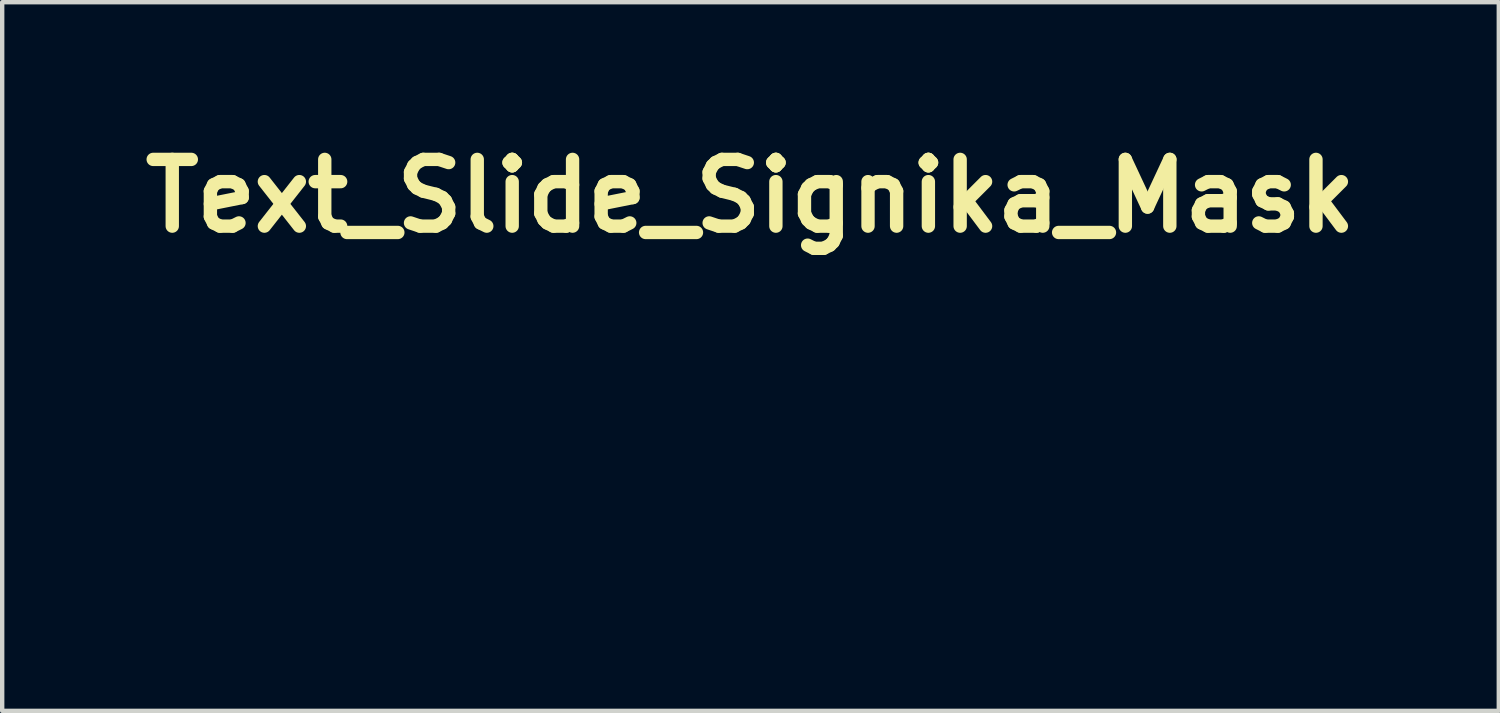
<source format=kicad_pcb>
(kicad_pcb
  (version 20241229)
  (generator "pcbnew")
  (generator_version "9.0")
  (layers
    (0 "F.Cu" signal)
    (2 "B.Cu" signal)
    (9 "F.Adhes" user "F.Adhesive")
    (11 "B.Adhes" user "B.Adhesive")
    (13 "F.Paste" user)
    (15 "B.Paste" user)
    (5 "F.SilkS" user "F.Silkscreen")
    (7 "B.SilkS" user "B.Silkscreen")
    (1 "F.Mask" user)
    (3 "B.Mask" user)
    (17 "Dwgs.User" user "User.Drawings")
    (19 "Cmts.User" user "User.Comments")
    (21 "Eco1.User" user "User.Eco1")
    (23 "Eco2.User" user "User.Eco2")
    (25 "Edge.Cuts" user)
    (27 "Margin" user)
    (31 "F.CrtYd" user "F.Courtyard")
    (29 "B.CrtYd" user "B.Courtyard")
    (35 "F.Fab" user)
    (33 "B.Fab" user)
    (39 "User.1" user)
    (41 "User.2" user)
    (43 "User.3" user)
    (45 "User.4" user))
  (footprint "Text_Slide_Signika_Mask"
    (layer "F.Cu")
    (at 14.093 9.54)
    (property "Reference" "Text_Slide_Signika_Mask" (at 0 -8.114 0) (layer "F.SilkS") (effects (font (size 1.524 1.524) (thickness 0.305))))
    (attr smd)
    (fp_poly (pts (xy -0.572 -1.186) (xy -0.557 -1.195) (xy -0.539 -1.201) (xy -0.519 -1.207) (xy -0.497 -1.211) (xy -0.473 -1.213) (xy -0.447 -1.214) (xy -0.418 -1.213) (xy -0.392 -1.21) (xy -0.37 -1.205) (xy -0.352 -1.198) (xy -0.338 -1.189) (xy -0.328 -1.177) (xy -0.319 -1.161) (xy -0.313 -1.14) (xy -0.31 -1.115) (xy -0.308 -1.086) (xy -0.309 -1.061) (xy -0.312 -1.039) (xy -0.317 -1.02) (xy -0.323 -1.003) (xy -0.331 -0.99) (xy -0.341 -0.98) (xy -0.356 -0.971) (xy -0.374 -0.964) (xy -0.395 -0.959) (xy -0.419 -0.956) (xy -0.447 -0.955) (xy -0.472 -0.956) (xy -0.495 -0.958) (xy -0.517 -0.962) (xy -0.536 -0.967) (xy -0.553 -0.974) (xy -0.565 -0.983) (xy -0.574 -0.996) (xy -0.582 -1.013) (xy -0.587 -1.033) (xy -0.59 -1.058) (xy -0.591 -1.086) (xy -0.591 -1.11) (xy -0.588 -1.132) (xy -0.585 -1.152) (xy -0.579 -1.17) (xy -0.572 -1.186) (xy -0.572 -1.186)) (stroke (width 0) (type solid)) (fill yes) (layer "F.Mask"))
    (fp_poly (pts (xy -0.306 -0.533) (xy -0.306 0.615) (xy -0.323 0.618) (xy -0.341 0.62) (xy -0.362 0.622) (xy -0.383 0.623) (xy -0.406 0.623) (xy -0.43 0.623) (xy -0.451 0.622) (xy -0.471 0.62) (xy -0.49 0.618) (xy -0.507 0.615) (xy -0.507 -0.435) (xy -0.508 -0.464) (xy -0.511 -0.488) (xy -0.516 -0.509) (xy -0.523 -0.526) (xy -0.532 -0.539) (xy -0.543 -0.549) (xy -0.557 -0.556) (xy -0.575 -0.562) (xy -0.595 -0.565) (xy -0.619 -0.566) (xy -0.643 -0.566) (xy -0.648 -0.582) (xy -0.651 -0.599) (xy -0.653 -0.618) (xy -0.654 -0.639) (xy -0.653 -0.66) (xy -0.651 -0.68) (xy -0.648 -0.699) (xy -0.643 -0.716) (xy -0.618 -0.718) (xy -0.596 -0.72) (xy -0.576 -0.722) (xy -0.559 -0.724) (xy -0.538 -0.727) (xy -0.521 -0.729) (xy -0.507 -0.729) (xy -0.485 -0.729) (xy -0.462 -0.728) (xy -0.44 -0.725) (xy -0.42 -0.719) (xy -0.401 -0.711) (xy -0.384 -0.701) (xy -0.369 -0.689) (xy -0.355 -0.675) (xy -0.342 -0.659) (xy -0.331 -0.642) (xy -0.322 -0.623) (xy -0.315 -0.603) (xy -0.31 -0.581) (xy -0.307 -0.558) (xy -0.306 -0.533)) (stroke (width 0) (type solid)) (fill yes) (layer "F.Mask"))
    (fp_poly (pts (xy -1.006 0.46) (xy -0.891 0.46) (xy -0.885 0.477) (xy -0.88 0.495) (xy -0.878 0.514) (xy -0.875 0.534) (xy -0.873 0.552) (xy -0.872 0.569) (xy -0.873 0.584) (xy -0.875 0.596) (xy -0.875 0.61) (xy -0.897 0.613) (xy -0.918 0.617) (xy -0.939 0.62) (xy -0.959 0.623) (xy -0.98 0.626) (xy -1 0.627) (xy -1.02 0.628) (xy -1.041 0.629) (xy -1.065 0.628) (xy -1.089 0.626) (xy -1.111 0.623) (xy -1.133 0.619) (xy -1.154 0.613) (xy -1.174 0.607) (xy -1.193 0.599) (xy -1.211 0.59) (xy -1.229 0.58) (xy -1.243 0.569) (xy -1.256 0.556) (xy -1.268 0.542) (xy -1.277 0.526) (xy -1.286 0.509) (xy -1.293 0.49) (xy -1.298 0.47) (xy -1.302 0.448) (xy -1.304 0.425) (xy -1.305 0.4) (xy -1.305 -1.369) (xy -1.289 -1.385) (xy -1.215 -1.385) (xy -1.191 -1.384) (xy -1.17 -1.38) (xy -1.152 -1.373) (xy -1.138 -1.364) (xy -1.128 -1.352) (xy -1.12 -1.339) (xy -1.114 -1.321) (xy -1.11 -1.301) (xy -1.107 -1.277) (xy -1.106 -1.249) (xy -1.106 0.343) (xy -1.105 0.365) (xy -1.102 0.385) (xy -1.097 0.403) (xy -1.09 0.418) (xy -1.081 0.431) (xy -1.07 0.441) (xy -1.057 0.449) (xy -1.042 0.455) (xy -1.025 0.459) (xy -1.006 0.46)) (stroke (width 0) (type solid)) (fill yes) (layer "F.Mask"))
    (fp_poly (pts (xy -2.618 0.512) (xy -2.616 0.491) (xy -2.612 0.471) (xy -2.606 0.451) (xy -2.597 0.433) (xy -2.586 0.415) (xy -2.573 0.397) (xy -2.557 0.381) (xy -2.539 0.365) (xy -2.515 0.378) (xy -2.491 0.391) (xy -2.468 0.403) (xy -2.445 0.414) (xy -2.423 0.425) (xy -2.402 0.434) (xy -2.381 0.442) (xy -2.361 0.45) (xy -2.341 0.457) (xy -2.321 0.463) (xy -2.297 0.469) (xy -2.274 0.475) (xy -2.251 0.479) (xy -2.228 0.483) (xy -2.206 0.486) (xy -2.185 0.488) (xy -2.165 0.489) (xy -2.145 0.49) (xy -2.118 0.489) (xy -2.093 0.487) (xy -2.07 0.484) (xy -2.048 0.479) (xy -2.028 0.473) (xy -2.008 0.466) (xy -1.989 0.457) (xy -1.971 0.448) (xy -1.955 0.438) (xy -1.94 0.427) (xy -1.924 0.412) (xy -1.909 0.396) (xy -1.897 0.379) (xy -1.886 0.362) (xy -1.878 0.344) (xy -1.871 0.327) (xy -1.867 0.309) (xy -1.864 0.291) (xy -1.865 0.268) (xy -1.868 0.247) (xy -1.874 0.226) (xy -1.881 0.207) (xy -1.891 0.188) (xy -1.902 0.171) (xy -1.916 0.155) (xy -1.929 0.141) (xy -1.944 0.128) (xy -1.96 0.115) (xy -1.977 0.103) (xy -1.996 0.091) (xy -2.017 0.08) (xy -2.039 0.07) (xy -2.063 0.06) (xy -2.215 0.000034) (xy -2.242 -0.011) (xy -2.267 -0.021) (xy -2.291 -0.033) (xy -2.314 -0.044) (xy -2.336 -0.056) (xy -2.357 -0.067) (xy -2.378 -0.08) (xy -2.397 -0.092) (xy -2.415 -0.105) (xy -2.432 -0.118) (xy -2.448 -0.131) (xy -2.463 -0.144) (xy -2.477 -0.158) (xy -2.492 -0.175) (xy -2.505 -0.193) (xy -2.518 -0.211) (xy -2.528 -0.23) (xy -2.538 -0.249) (xy -2.546 -0.269) (xy -2.552 -0.29) (xy -2.557 -0.311) (xy -2.561 -0.333) (xy -2.563 -0.355) (xy -2.564 -0.378) (xy -2.563 -0.402) (xy -2.561 -0.425) (xy -2.557 -0.447) (xy -2.552 -0.469) (xy -2.546 -0.49) (xy -2.538 -0.511) (xy -2.528 -0.531) (xy -2.518 -0.55) (xy -2.506 -0.569) (xy -2.493 -0.587) (xy -2.479 -0.604) (xy -2.464 -0.621) (xy -2.448 -0.636) (xy -2.43 -0.65) (xy -2.412 -0.664) (xy -2.393 -0.677) (xy -2.373 -0.688) (xy -2.352 -0.699) (xy -2.33 -0.709) (xy -2.307 -0.718) (xy -2.283 -0.726) (xy -2.262 -0.733) (xy -2.24 -0.738) (xy -2.218 -0.743) (xy -2.195 -0.747) (xy -2.171 -0.75) (xy -2.148 -0.752) (xy -2.123 -0.753) (xy -2.098 -0.754) (xy -2.076 -0.753) (xy -2.054 -0.753) (xy -2.031 -0.751) (xy -2.009 -0.749) (xy -1.986 -0.747) (xy -1.964 -0.744) (xy -1.942 -0.74) (xy -1.919 -0.736) (xy -1.897 -0.731) (xy -1.875 -0.726) (xy -1.852 -0.72) (xy -1.83 -0.714) (xy -1.807 -0.707) (xy -1.785 -0.699) (xy -1.763 -0.691) (xy -1.74 -0.683) (xy -1.718 -0.674) (xy -1.696 -0.664) (xy -1.697 -0.641) (xy -1.699 -0.618) (xy -1.704 -0.597) (xy -1.711 -0.577) (xy -1.72 -0.558) (xy -1.731 -0.539) (xy -1.743 -0.522) (xy -1.758 -0.506) (xy -1.781 -0.516) (xy -1.803 -0.525) (xy -1.825 -0.534) (xy -1.847 -0.542) (xy -1.868 -0.549) (xy -1.889 -0.556) (xy -1.909 -0.562) (xy -1.929 -0.567) (xy -1.949 -0.571) (xy -1.972 -0.576) (xy -1.996 -0.581) (xy -2.018 -0.584) (xy -2.041 -0.587) (xy -2.062 -0.589) (xy -2.083 -0.59) (xy -2.104 -0.59) (xy -2.131 -0.59) (xy -2.156 -0.588) (xy -2.181 -0.584) (xy -2.203 -0.579) (xy -2.224 -0.573) (xy -2.244 -0.565) (xy -2.262 -0.556) (xy -2.279 -0.545) (xy -2.294 -0.533) (xy -2.311 -0.517) (xy -2.325 -0.499) (xy -2.336 -0.481) (xy -2.345 -0.463) (xy -2.352 -0.443) (xy -2.355 -0.423) (xy -2.357 -0.403) (xy -2.356 -0.381) (xy -2.353 -0.36) (xy -2.348 -0.341) (xy -2.341 -0.323) (xy -2.332 -0.307) (xy -2.321 -0.291) (xy -2.308 -0.278) (xy -2.295 -0.267) (xy -2.28 -0.256) (xy -2.263 -0.245) (xy -2.245 -0.235) (xy -2.224 -0.224) (xy -2.202 -0.214) (xy -2.178 -0.203) (xy -2.153 -0.193) (xy -1.992 -0.131) (xy -1.967 -0.12) (xy -1.942 -0.109) (xy -1.919 -0.098) (xy -1.896 -0.087) (xy -1.875 -0.075) (xy -1.854 -0.062) (xy -1.835 -0.05) (xy -1.816 -0.036) (xy -1.799 -0.023) (xy -1.783 -0.009) (xy -1.767 0.005) (xy -1.753 0.02) (xy -1.739 0.035) (xy -1.727 0.05) (xy -1.715 0.066) (xy -1.705 0.082) (xy -1.695 0.098) (xy -1.687 0.115) (xy -1.679 0.133) (xy -1.673 0.15) (xy -1.667 0.168) (xy -1.663 0.187) (xy -1.659 0.205) (xy -1.657 0.225) (xy -1.655 0.244) (xy -1.655 0.264) (xy -1.655 0.288) (xy -1.657 0.311) (xy -1.66 0.334) (xy -1.665 0.355) (xy -1.67 0.376) (xy -1.677 0.397) (xy -1.685 0.416) (xy -1.694 0.435) (xy -1.705 0.453) (xy -1.716 0.471) (xy -1.729 0.487) (xy -1.744 0.503) (xy -1.759 0.519) (xy -1.776 0.533) (xy -1.794 0.547) (xy -1.81 0.558) (xy -1.828 0.569) (xy -1.846 0.579) (xy -1.864 0.589) (xy -1.884 0.597) (xy -1.904 0.605) (xy -1.924 0.613) (xy -1.946 0.619) (xy -1.968 0.625) (xy -1.991 0.631) (xy -2.014 0.635) (xy -2.038 0.639) (xy -2.063 0.642) (xy -2.089 0.645) (xy -2.115 0.646) (xy -2.142 0.647) (xy -2.169 0.648) (xy -2.191 0.647) (xy -2.213 0.646) (xy -2.235 0.645) (xy -2.257 0.643) (xy -2.278 0.64) (xy -2.3 0.637) (xy -2.322 0.633) (xy -2.343 0.628) (xy -2.365 0.623) (xy -2.386 0.617) (xy -2.408 0.61) (xy -2.429 0.603) (xy -2.45 0.596) (xy -2.471 0.587) (xy -2.492 0.578) (xy -2.514 0.569) (xy -2.535 0.558) (xy -2.556 0.548) (xy -2.576 0.536) (xy -2.597 0.524) (xy -2.618 0.512)) (stroke (width 0) (type solid)) (fill yes) (layer "F.Mask"))
    (fp_poly (pts (xy 0.576 -0.743) (xy 0.916 -0.446) (xy 0.892 -0.462) (xy 0.869 -0.477) (xy 0.846 -0.49) (xy 0.823 -0.503) (xy 0.801 -0.514) (xy 0.779 -0.525) (xy 0.758 -0.534) (xy 0.737 -0.542) (xy 0.716 -0.549) (xy 0.696 -0.555) (xy 0.676 -0.56) (xy 0.656 -0.564) (xy 0.637 -0.566) (xy 0.618 -0.568) (xy 0.6 -0.569) (xy 0.579 -0.568) (xy 0.558 -0.566) (xy 0.538 -0.562) (xy 0.519 -0.556) (xy 0.5 -0.549) (xy 0.481 -0.54) (xy 0.463 -0.53) (xy 0.446 -0.518) (xy 0.429 -0.505) (xy 0.412 -0.49) (xy 0.396 -0.473) (xy 0.381 -0.455) (xy 0.366 -0.435) (xy 0.356 -0.42) (xy 0.346 -0.405) (xy 0.337 -0.388) (xy 0.328 -0.371) (xy 0.32 -0.352) (xy 0.313 -0.333) (xy 0.306 -0.314) (xy 0.3 -0.293) (xy 0.295 -0.271) (xy 0.29 -0.249) (xy 0.285 -0.226) (xy 0.281 -0.202) (xy 0.278 -0.177) (xy 0.276 -0.152) (xy 0.273 -0.125) (xy 0.272 -0.098) (xy 0.271 -0.07) (xy 0.271 -0.041) (xy 0.271 -0.012) (xy 0.272 0.016) (xy 0.273 0.043) (xy 0.275 0.07) (xy 0.277 0.095) (xy 0.28 0.12) (xy 0.283 0.144) (xy 0.287 0.166) (xy 0.291 0.188) (xy 0.296 0.21) (xy 0.301 0.23) (xy 0.307 0.249) (xy 0.313 0.268) (xy 0.32 0.286) (xy 0.327 0.303) (xy 0.335 0.319) (xy 0.344 0.334) (xy 0.352 0.348) (xy 0.367 0.368) (xy 0.382 0.387) (xy 0.397 0.403) (xy 0.413 0.418) (xy 0.43 0.431) (xy 0.447 0.442) (xy 0.465 0.452) (xy 0.483 0.46) (xy 0.502 0.466) (xy 0.521 0.47) (xy 0.541 0.473) (xy 0.562 0.473) (xy 0.583 0.473) (xy 0.603 0.471) (xy 0.624 0.467) (xy 0.645 0.463) (xy 0.666 0.457) (xy 0.687 0.449) (xy 0.708 0.441) (xy 0.729 0.43) (xy 0.75 0.419) (xy 0.769 0.407) (xy 0.788 0.395) (xy 0.806 0.381) (xy 0.823 0.367) (xy 0.84 0.352) (xy 0.856 0.336) (xy 0.872 0.319) (xy 0.887 0.302) (xy 0.902 0.283) (xy 0.916 0.264) (xy 0.916 -0.446) (xy 0.576 -0.743) (xy 0.596 -0.742) (xy 0.617 -0.741) (xy 0.637 -0.739) (xy 0.658 -0.736) (xy 0.679 -0.732) (xy 0.7 -0.727) (xy 0.721 -0.721) (xy 0.742 -0.715) (xy 0.764 -0.708) (xy 0.785 -0.699) (xy 0.806 -0.69) (xy 0.828 -0.68) (xy 0.85 -0.669) (xy 0.872 -0.657) (xy 0.894 -0.645) (xy 0.916 -0.631) (xy 0.916 -1.369) (xy 0.932 -1.385) (xy 1.005 -1.385) (xy 1.029 -1.384) (xy 1.049 -1.38) (xy 1.066 -1.373) (xy 1.079 -1.364) (xy 1.09 -1.352) (xy 1.098 -1.339) (xy 1.104 -1.321) (xy 1.108 -1.301) (xy 1.111 -1.277) (xy 1.112 -1.249) (xy 1.112 0.239) (xy 1.112 0.269) (xy 1.113 0.298) (xy 1.115 0.325) (xy 1.118 0.351) (xy 1.121 0.375) (xy 1.126 0.398) (xy 1.131 0.42) (xy 1.136 0.44) (xy 1.143 0.459) (xy 1.15 0.476) (xy 1.159 0.492) (xy 1.168 0.506) (xy 1.177 0.519) (xy 1.188 0.531) (xy 1.179 0.551) (xy 1.169 0.569) (xy 1.158 0.586) (xy 1.145 0.6) (xy 1.131 0.613) (xy 1.115 0.625) (xy 1.098 0.634) (xy 1.078 0.626) (xy 1.059 0.617) (xy 1.041 0.606) (xy 1.024 0.594) (xy 1.008 0.581) (xy 0.994 0.567) (xy 0.981 0.551) (xy 0.969 0.534) (xy 0.958 0.515) (xy 0.948 0.495) (xy 0.939 0.474) (xy 0.932 0.452) (xy 0.916 0.47) (xy 0.899 0.487) (xy 0.883 0.504) (xy 0.866 0.519) (xy 0.848 0.534) (xy 0.831 0.548) (xy 0.813 0.561) (xy 0.795 0.573) (xy 0.776 0.584) (xy 0.758 0.594) (xy 0.739 0.603) (xy 0.72 0.612) (xy 0.7 0.619) (xy 0.68 0.626) (xy 0.66 0.632) (xy 0.64 0.637) (xy 0.62 0.641) (xy 0.599 0.644) (xy 0.578 0.646) (xy 0.556 0.647) (xy 0.535 0.648) (xy 0.51 0.647) (xy 0.486 0.646) (xy 0.463 0.643) (xy 0.44 0.639) (xy 0.418 0.635) (xy 0.397 0.629) (xy 0.377 0.623) (xy 0.357 0.615) (xy 0.337 0.606) (xy 0.319 0.596) (xy 0.301 0.586) (xy 0.283 0.574) (xy 0.267 0.561) (xy 0.251 0.547) (xy 0.236 0.532) (xy 0.221 0.516) (xy 0.207 0.5) (xy 0.194 0.482) (xy 0.181 0.463) (xy 0.171 0.446) (xy 0.162 0.429) (xy 0.153 0.412) (xy 0.145 0.394) (xy 0.137 0.375) (xy 0.129 0.356) (xy 0.122 0.337) (xy 0.115 0.316) (xy 0.109 0.296) (xy 0.103 0.274) (xy 0.098 0.253) (xy 0.093 0.23) (xy 0.088 0.207) (xy 0.084 0.184) (xy 0.081 0.16) (xy 0.077 0.135) (xy 0.074 0.11) (xy 0.072 0.085) (xy 0.07 0.058) (xy 0.069 0.032) (xy 0.068 0.005) (xy 0.067 -0.023) (xy 0.067 -0.052) (xy 0.067 -0.077) (xy 0.068 -0.102) (xy 0.069 -0.126) (xy 0.071 -0.15) (xy 0.073 -0.174) (xy 0.076 -0.197) (xy 0.079 -0.219) (xy 0.083 -0.242) (xy 0.088 -0.263) (xy 0.092 -0.284) (xy 0.098 -0.305) (xy 0.104 -0.326) (xy 0.11 -0.346) (xy 0.118 -0.369) (xy 0.127 -0.392) (xy 0.136 -0.414) (xy 0.146 -0.435) (xy 0.155 -0.455) (xy 0.166 -0.475) (xy 0.177 -0.494) (xy 0.188 -0.512) (xy 0.2 -0.53) (xy 0.212 -0.547) (xy 0.225 -0.563) (xy 0.24 -0.583) (xy 0.257 -0.601) (xy 0.274 -0.618) (xy 0.291 -0.634) (xy 0.309 -0.649) (xy 0.327 -0.662) (xy 0.346 -0.675) (xy 0.365 -0.686) (xy 0.385 -0.697) (xy 0.406 -0.706) (xy 0.426 -0.715) (xy 0.447 -0.722) (xy 0.468 -0.729) (xy 0.49 -0.734) (xy 0.511 -0.738) (xy 0.532 -0.741) (xy 0.554 -0.742) (xy 0.576 -0.743) (xy 0.576 -0.743)) (stroke (width 0) (type solid)) (fill yes) (layer "F.Mask"))
    (fp_poly (pts (xy 2.555 0.008) (xy 1.711 0.008) (xy 1.711 -0.147) (xy 2.364 -0.147) (xy 2.364 -0.182) (xy 2.364 -0.209) (xy 2.363 -0.234) (xy 2.361 -0.259) (xy 2.358 -0.284) (xy 2.354 -0.307) (xy 2.35 -0.33) (xy 2.345 -0.352) (xy 2.339 -0.373) (xy 2.332 -0.393) (xy 2.324 -0.413) (xy 2.316 -0.432) (xy 2.306 -0.45) (xy 2.296 -0.468) (xy 2.285 -0.484) (xy 2.273 -0.501) (xy 2.259 -0.517) (xy 2.245 -0.531) (xy 2.229 -0.544) (xy 2.213 -0.555) (xy 2.196 -0.565) (xy 2.178 -0.574) (xy 2.158 -0.582) (xy 2.138 -0.588) (xy 2.117 -0.593) (xy 2.095 -0.596) (xy 2.072 -0.598) (xy 2.049 -0.599) (xy 2.025 -0.598) (xy 2.003 -0.596) (xy 1.981 -0.592) (xy 1.96 -0.587) (xy 1.939 -0.58) (xy 1.92 -0.573) (xy 1.901 -0.563) (xy 1.884 -0.552) (xy 1.867 -0.54) (xy 1.85 -0.526) (xy 1.835 -0.511) (xy 1.82 -0.494) (xy 1.807 -0.476) (xy 1.796 -0.459) (xy 1.785 -0.442) (xy 1.776 -0.424) (xy 1.767 -0.405) (xy 1.758 -0.385) (xy 1.751 -0.365) (xy 1.744 -0.343) (xy 1.737 -0.322) (xy 1.732 -0.299) (xy 1.727 -0.275) (xy 1.722 -0.251) (xy 1.719 -0.226) (xy 1.715 -0.201) (xy 1.713 -0.174) (xy 1.711 -0.147) (xy 1.711 0.008) (xy 1.712 0.035) (xy 1.714 0.061) (xy 1.716 0.086) (xy 1.719 0.111) (xy 1.722 0.134) (xy 1.726 0.157) (xy 1.731 0.179) (xy 1.736 0.2) (xy 1.741 0.221) (xy 1.747 0.24) (xy 1.754 0.259) (xy 1.761 0.277) (xy 1.769 0.294) (xy 1.777 0.311) (xy 1.786 0.326) (xy 1.796 0.341) (xy 1.806 0.355) (xy 1.816 0.368) (xy 1.828 0.381) (xy 1.839 0.392) (xy 1.852 0.403) (xy 1.864 0.413) (xy 1.878 0.422) (xy 1.892 0.431) (xy 1.906 0.438) (xy 1.921 0.445) (xy 1.937 0.451) (xy 1.953 0.456) (xy 1.97 0.461) (xy 1.987 0.464) (xy 2.005 0.467) (xy 2.024 0.469) (xy 2.043 0.47) (xy 2.062 0.471) (xy 2.083 0.47) (xy 2.104 0.469) (xy 2.125 0.468) (xy 2.146 0.465) (xy 2.167 0.462) (xy 2.188 0.458) (xy 2.21 0.453) (xy 2.232 0.448) (xy 2.253 0.442) (xy 2.275 0.435) (xy 2.298 0.428) (xy 2.32 0.42) (xy 2.342 0.411) (xy 2.365 0.402) (xy 2.388 0.391) (xy 2.411 0.38) (xy 2.434 0.369) (xy 2.457 0.356) (xy 2.473 0.373) (xy 2.487 0.39) (xy 2.5 0.409) (xy 2.51 0.428) (xy 2.519 0.45) (xy 2.525 0.472) (xy 2.53 0.495) (xy 2.511 0.508) (xy 2.491 0.521) (xy 2.471 0.532) (xy 2.451 0.544) (xy 2.431 0.554) (xy 2.41 0.564) (xy 2.389 0.574) (xy 2.369 0.583) (xy 2.347 0.591) (xy 2.326 0.599) (xy 2.304 0.606) (xy 2.283 0.613) (xy 2.261 0.619) (xy 2.239 0.624) (xy 2.216 0.629) (xy 2.194 0.634) (xy 2.171 0.637) (xy 2.148 0.64) (xy 2.125 0.643) (xy 2.101 0.645) (xy 2.077 0.646) (xy 2.054 0.647) (xy 2.03 0.648) (xy 2.004 0.647) (xy 1.98 0.646) (xy 1.955 0.644) (xy 1.932 0.641) (xy 1.909 0.637) (xy 1.887 0.632) (xy 1.866 0.627) (xy 1.845 0.62) (xy 1.825 0.613) (xy 1.806 0.605) (xy 1.787 0.596) (xy 1.768 0.585) (xy 1.749 0.573) (xy 1.73 0.56) (xy 1.713 0.546) (xy 1.696 0.532) (xy 1.679 0.517) (xy 1.664 0.501) (xy 1.649 0.484) (xy 1.635 0.467) (xy 1.621 0.449) (xy 1.61 0.431) (xy 1.6 0.413) (xy 1.59 0.395) (xy 1.58 0.375) (xy 1.571 0.356) (xy 1.563 0.335) (xy 1.555 0.315) (xy 1.548 0.293) (xy 1.541 0.271) (xy 1.535 0.249) (xy 1.529 0.226) (xy 1.524 0.204) (xy 1.52 0.183) (xy 1.516 0.16) (xy 1.512 0.138) (xy 1.509 0.115) (xy 1.507 0.092) (xy 1.504 0.068) (xy 1.502 0.044) (xy 1.501 0.02) (xy 1.5 -0.004) (xy 1.499 -0.029) (xy 1.499 -0.054) (xy 1.499 -0.08) (xy 1.5 -0.105) (xy 1.501 -0.13) (xy 1.503 -0.155) (xy 1.505 -0.179) (xy 1.508 -0.203) (xy 1.511 -0.226) (xy 1.515 -0.249) (xy 1.519 -0.272) (xy 1.524 -0.294) (xy 1.529 -0.316) (xy 1.534 -0.337) (xy 1.542 -0.36) (xy 1.549 -0.383) (xy 1.558 -0.404) (xy 1.566 -0.426) (xy 1.576 -0.446) (xy 1.586 -0.466) (xy 1.596 -0.486) (xy 1.607 -0.505) (xy 1.619 -0.523) (xy 1.631 -0.541) (xy 1.643 -0.558) (xy 1.658 -0.576) (xy 1.673 -0.593) (xy 1.688 -0.61) (xy 1.704 -0.625) (xy 1.721 -0.64) (xy 1.738 -0.654) (xy 1.756 -0.667) (xy 1.774 -0.68) (xy 1.793 -0.691) (xy 1.812 -0.702) (xy 1.83 -0.711) (xy 1.849 -0.719) (xy 1.869 -0.726) (xy 1.889 -0.733) (xy 1.909 -0.738) (xy 1.93 -0.743) (xy 1.951 -0.747) (xy 1.973 -0.75) (xy 1.995 -0.752) (xy 2.017 -0.753) (xy 2.041 -0.754) (xy 2.065 -0.753) (xy 2.09 -0.752) (xy 2.113 -0.75) (xy 2.136 -0.746) (xy 2.159 -0.742) (xy 2.181 -0.737) (xy 2.202 -0.731) (xy 2.223 -0.724) (xy 2.244 -0.716) (xy 2.264 -0.707) (xy 2.286 -0.697) (xy 2.307 -0.686) (xy 2.327 -0.674) (xy 2.346 -0.662) (xy 2.365 -0.648) (xy 2.382 -0.634) (xy 2.399 -0.618) (xy 2.415 -0.602) (xy 2.43 -0.585) (xy 2.444 -0.568) (xy 2.458 -0.55) (xy 2.471 -0.531) (xy 2.484 -0.511) (xy 2.495 -0.49) (xy 2.506 -0.469) (xy 2.516 -0.447) (xy 2.525 -0.424) (xy 2.533 -0.4) (xy 2.54 -0.379) (xy 2.546 -0.357) (xy 2.551 -0.335) (xy 2.556 -0.312) (xy 2.56 -0.29) (xy 2.563 -0.267) (xy 2.565 -0.243) (xy 2.567 -0.22) (xy 2.568 -0.196) (xy 2.568 -0.171) (xy 2.568 -0.147) (xy 2.567 -0.123) (xy 2.565 -0.099) (xy 2.563 -0.076) (xy 2.561 -0.055) (xy 2.56 -0.033) (xy 2.557 -0.012) (xy 2.555 0.008) (xy 2.555 0.008)) (stroke (width 0) (type solid)) (fill yes) (layer "F.Mask")))
  (gr_rect
    (start -3 -3)
    (end 31.187 13.188)
    (stroke (width 0.1) (type default))
    (fill no)
    (layer "Edge.Cuts")))
</source>
